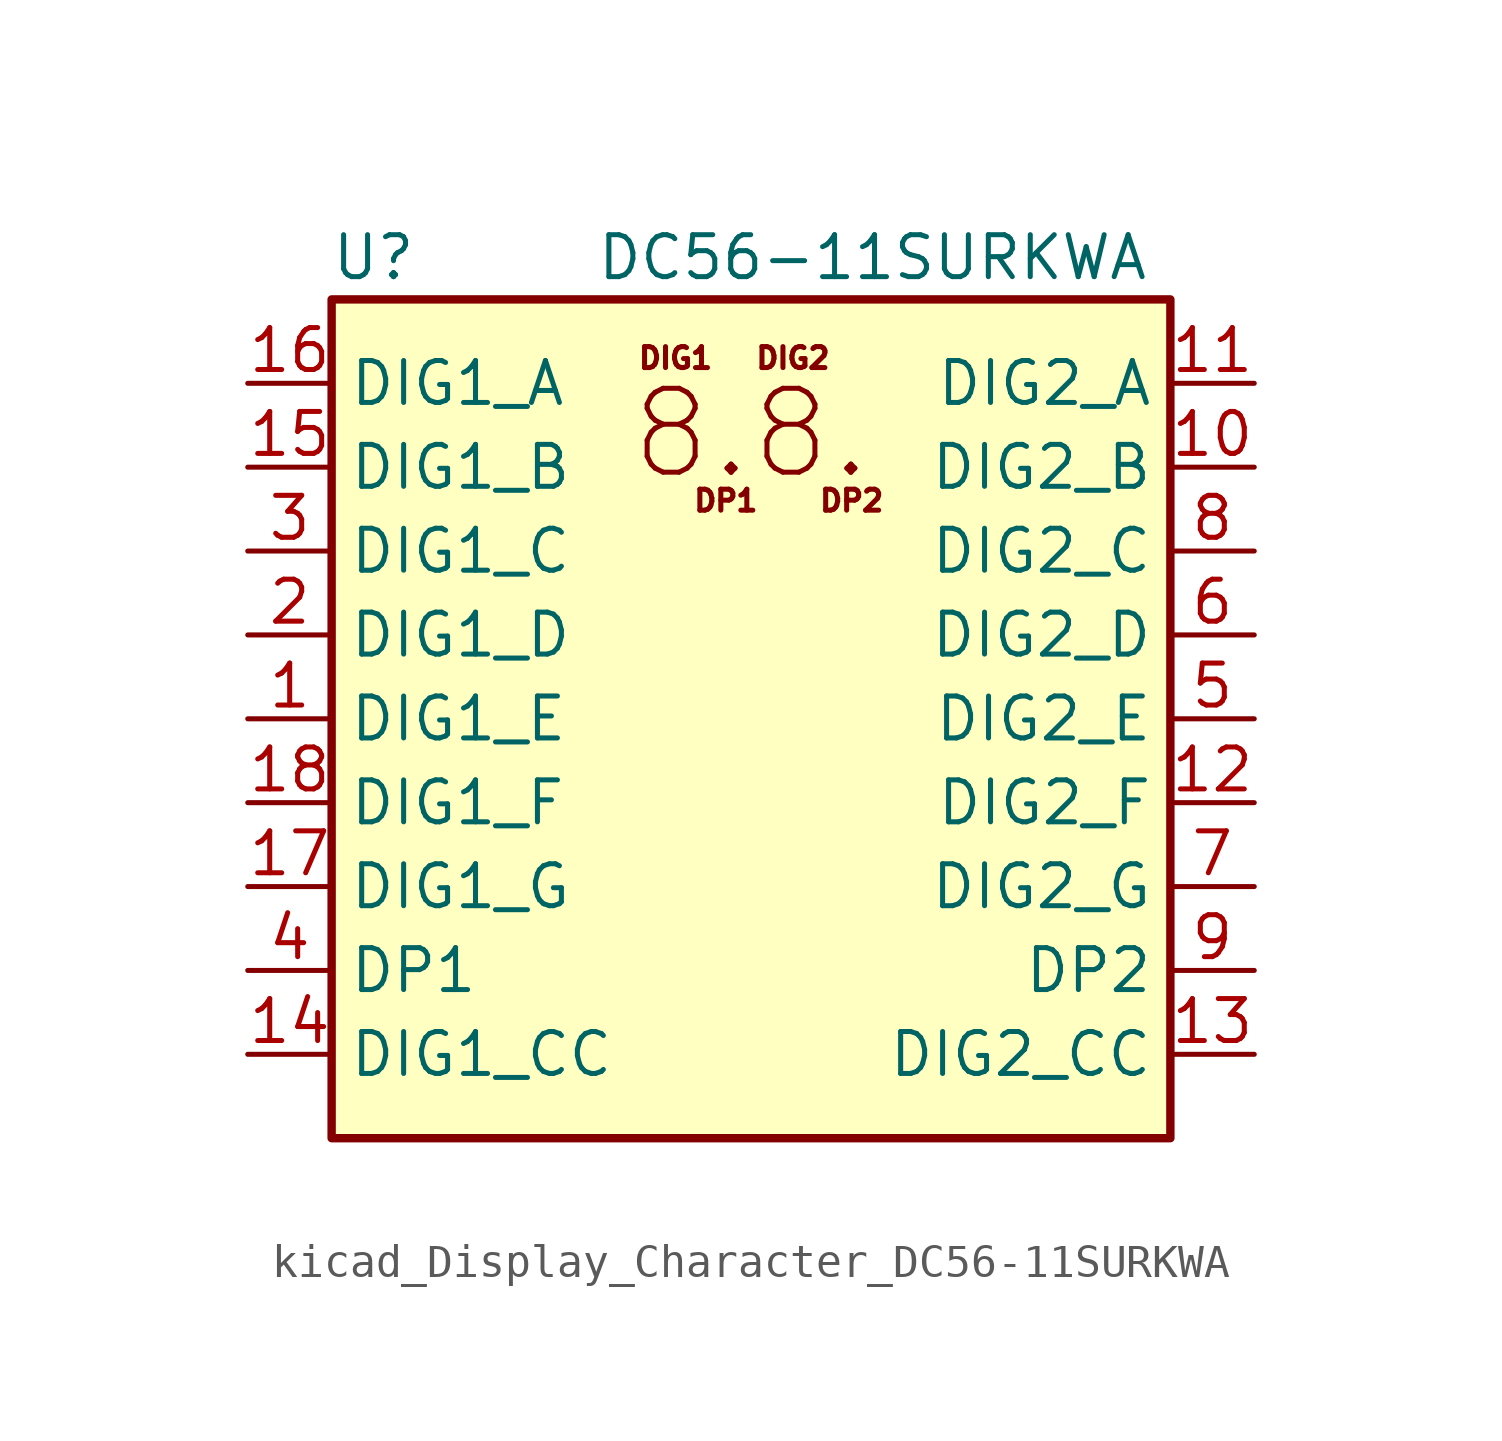
<source format=kicad_sym>
(kicad_symbol_lib
  (version 20220914)
  (generator kicad_symbol_editor)
  (symbol "kicad_Display_Character_DC56-11SURKWA"
    (property "Reference" "U"
      (at -11.43 13.97 0)
      (effects (font (size 1.27 1.27))))
    (property "Value" "DC56-11SURKWA"
      (at 12.065 13.97 0)
      (effects (font (size 1.27 1.27)) (justify right)))
    (symbol "kicad_Display_Character_DC56-11SURKWA_0_0"
      (text "8.8." (at 0 8.636 0) (effects (font (size 2.54 2.54))))
      (text "DIG1" (at -2.286 10.922 0) (effects (font (size 0.635 0.635))))
      (text "DIG2" (at 1.27 10.922 0) (effects (font (size 0.635 0.635))))
      (text "DP1" (at -0.762 6.604 0) (effects (font (size 0.635 0.635))))
      (text "DP2" (at 3.048 6.604 0) (effects (font (size 0.635 0.635)))))
    (symbol "kicad_Display_Character_DC56-11SURKWA_0_1"
      (rectangle (start -12.7 12.7) (end 12.7 -12.7) (stroke (width 0.254) (type default)) (fill (type background))))
    (symbol "kicad_Display_Character_DC56-11SURKWA_1_1"
      (pin input line (at -15.24 0 0) (length 2.54) (name "DIG1_E" (effects (font (size 1.27 1.27)))) (number "1" (effects (font (size 1.27 1.27)))))
      (pin input line (at 15.24 7.62 180) (length 2.54) (name "DIG2_B" (effects (font (size 1.27 1.27)))) (number "10" (effects (font (size 1.27 1.27)))))
      (pin input line (at 15.24 10.16 180) (length 2.54) (name "DIG2_A" (effects (font (size 1.27 1.27)))) (number "11" (effects (font (size 1.27 1.27)))))
      (pin input line (at 15.24 -2.54 180) (length 2.54) (name "DIG2_F" (effects (font (size 1.27 1.27)))) (number "12" (effects (font (size 1.27 1.27)))))
      (pin input line (at 15.24 -10.16 180) (length 2.54) (name "DIG2_CC" (effects (font (size 1.27 1.27)))) (number "13" (effects (font (size 1.27 1.27)))))
      (pin input line (at -15.24 -10.16 0) (length 2.54) (name "DIG1_CC" (effects (font (size 1.27 1.27)))) (number "14" (effects (font (size 1.27 1.27)))))
      (pin input line (at -15.24 7.62 0) (length 2.54) (name "DIG1_B" (effects (font (size 1.27 1.27)))) (number "15" (effects (font (size 1.27 1.27)))))
      (pin input line (at -15.24 10.16 0) (length 2.54) (name "DIG1_A" (effects (font (size 1.27 1.27)))) (number "16" (effects (font (size 1.27 1.27)))))
      (pin input line (at -15.24 -5.08 0) (length 2.54) (name "DIG1_G" (effects (font (size 1.27 1.27)))) (number "17" (effects (font (size 1.27 1.27)))))
      (pin input line (at -15.24 -2.54 0) (length 2.54) (name "DIG1_F" (effects (font (size 1.27 1.27)))) (number "18" (effects (font (size 1.27 1.27)))))
      (pin input line (at -15.24 2.54 0) (length 2.54) (name "DIG1_D" (effects (font (size 1.27 1.27)))) (number "2" (effects (font (size 1.27 1.27)))))
      (pin input line (at -15.24 5.08 0) (length 2.54) (name "DIG1_C" (effects (font (size 1.27 1.27)))) (number "3" (effects (font (size 1.27 1.27)))))
      (pin input line (at -15.24 -7.62 0) (length 2.54) (name "DP1" (effects (font (size 1.27 1.27)))) (number "4" (effects (font (size 1.27 1.27)))))
      (pin input line (at 15.24 0 180) (length 2.54) (name "DIG2_E" (effects (font (size 1.27 1.27)))) (number "5" (effects (font (size 1.27 1.27)))))
      (pin input line (at 15.24 2.54 180) (length 2.54) (name "DIG2_D" (effects (font (size 1.27 1.27)))) (number "6" (effects (font (size 1.27 1.27)))))
      (pin input line (at 15.24 -5.08 180) (length 2.54) (name "DIG2_G" (effects (font (size 1.27 1.27)))) (number "7" (effects (font (size 1.27 1.27)))))
      (pin input line (at 15.24 5.08 180) (length 2.54) (name "DIG2_C" (effects (font (size 1.27 1.27)))) (number "8" (effects (font (size 1.27 1.27)))))
      (pin input line (at 15.24 -7.62 180) (length 2.54) (name "DP2" (effects (font (size 1.27 1.27)))) (number "9" (effects (font (size 1.27 1.27))))))))
</source>
